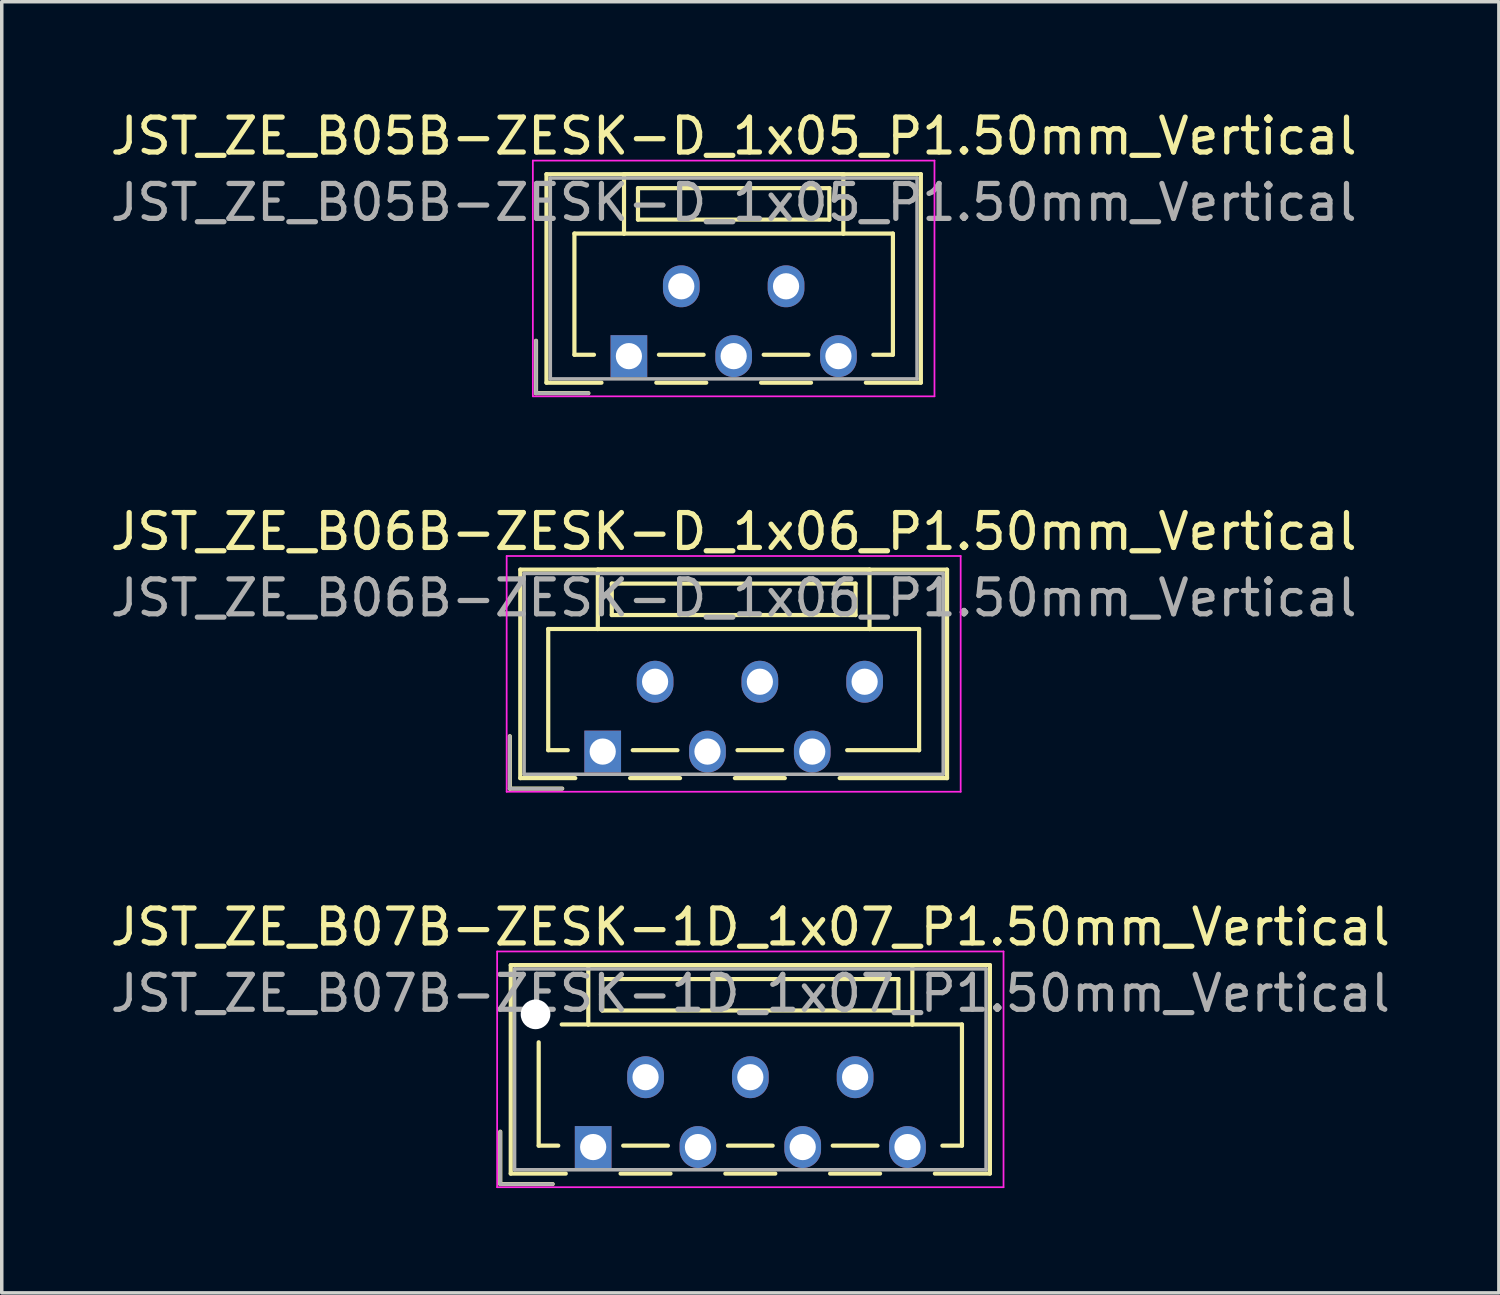
<source format=kicad_pcb>
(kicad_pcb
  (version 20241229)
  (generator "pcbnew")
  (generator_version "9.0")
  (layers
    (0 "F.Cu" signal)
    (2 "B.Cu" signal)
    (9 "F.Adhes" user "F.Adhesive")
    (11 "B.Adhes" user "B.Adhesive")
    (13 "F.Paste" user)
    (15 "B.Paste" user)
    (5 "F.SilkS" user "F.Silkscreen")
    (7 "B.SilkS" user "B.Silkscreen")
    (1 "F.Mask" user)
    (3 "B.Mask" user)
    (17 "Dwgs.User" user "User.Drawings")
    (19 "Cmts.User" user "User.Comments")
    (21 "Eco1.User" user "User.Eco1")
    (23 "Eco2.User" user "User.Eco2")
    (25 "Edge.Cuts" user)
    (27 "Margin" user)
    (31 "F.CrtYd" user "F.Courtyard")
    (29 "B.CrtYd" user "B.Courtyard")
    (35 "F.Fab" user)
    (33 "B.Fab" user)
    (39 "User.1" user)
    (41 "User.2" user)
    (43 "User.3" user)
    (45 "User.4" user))
  (footprint "JST_ZE_B05B-ZESK-D_1x05_P1.50mm_Vertical"
    (layer "F.Cu")
    (at 14.958 7.148)
    (property "Reference" "JST_ZE_B05B-ZESK-D_1x05_P1.50mm_Vertical" (at 3 -6.3 0) (layer "F.SilkS") (effects (font (size 1 1) (thickness 0.15))))
    (attr through_hole)
    (fp_line (start -2.66 -0.44) (end -2.66 1.06) (stroke (width 0.12) (type solid)) (layer "F.SilkS"))
    (fp_line (start -2.66 1.06) (end -1.16 1.06) (stroke (width 0.12) (type solid)) (layer "F.SilkS"))
    (fp_line (start -2.36 -5.21) (end 8.36 -5.21) (stroke (width 0.12) (type solid)) (layer "F.SilkS"))
    (fp_line (start -2.36 0.76) (end -2.36 -5.21) (stroke (width 0.12) (type solid)) (layer "F.SilkS"))
    (fp_line (start -1.56 -3.51) (end -1.56 -0.04) (stroke (width 0.12) (type solid)) (layer "F.SilkS"))
    (fp_line (start -1.56 -0.04) (end -1 -0.04) (stroke (width 0.12) (type solid)) (layer "F.SilkS"))
    (fp_line (start -0.785 0.76) (end -2.36 0.76) (stroke (width 0.12) (type solid)) (layer "F.SilkS"))
    (fp_line (start -0.14 -5.21) (end -0.14 -3.51) (stroke (width 0.12) (type solid)) (layer "F.SilkS"))
    (fp_line (start -0.14 -3.51) (end -1.56 -3.51) (stroke (width 0.12) (type solid)) (layer "F.SilkS"))
    (fp_line (start -0.14 -3.51) (end 6.14 -3.51) (stroke (width 0.12) (type solid)) (layer "F.SilkS"))
    (fp_line (start 0.26 -4.81) (end 0.26 -3.91) (stroke (width 0.12) (type solid)) (layer "F.SilkS"))
    (fp_line (start 0.26 -3.91) (end 5.74 -3.91) (stroke (width 0.12) (type solid)) (layer "F.SilkS"))
    (fp_line (start 0.785 0.76) (end 2.215 0.76) (stroke (width 0.12) (type solid)) (layer "F.SilkS"))
    (fp_line (start 0.86 -0.04) (end 2.14 -0.04) (stroke (width 0.12) (type solid)) (layer "F.SilkS"))
    (fp_line (start 3.785 0.76) (end 5.215 0.76) (stroke (width 0.12) (type solid)) (layer "F.SilkS"))
    (fp_line (start 3.86 -0.04) (end 5.14 -0.04) (stroke (width 0.12) (type solid)) (layer "F.SilkS"))
    (fp_line (start 5.74 -4.81) (end 0.26 -4.81) (stroke (width 0.12) (type solid)) (layer "F.SilkS"))
    (fp_line (start 5.74 -3.91) (end 5.74 -4.81) (stroke (width 0.12) (type solid)) (layer "F.SilkS"))
    (fp_line (start 6.14 -5.21) (end -0.14 -5.21) (stroke (width 0.12) (type solid)) (layer "F.SilkS"))
    (fp_line (start 6.14 -3.51) (end 6.14 -5.21) (stroke (width 0.12) (type solid)) (layer "F.SilkS"))
    (fp_line (start 6.14 -3.51) (end 7.56 -3.51) (stroke (width 0.12) (type solid)) (layer "F.SilkS"))
    (fp_line (start 7.56 -3.51) (end 7.56 -0.04) (stroke (width 0.12) (type solid)) (layer "F.SilkS"))
    (fp_line (start 7.56 -0.04) (end 7 -0.04) (stroke (width 0.12) (type solid)) (layer "F.SilkS"))
    (fp_line (start 8.36 -5.21) (end 8.36 0.76) (stroke (width 0.12) (type solid)) (layer "F.SilkS"))
    (fp_line (start 8.36 0.76) (end 6.785 0.76) (stroke (width 0.12) (type solid)) (layer "F.SilkS"))
    (fp_line (start -2.75 -5.6) (end -2.75 1.15) (stroke (width 0.05) (type solid)) (layer "F.CrtYd"))
    (fp_line (start -2.75 1.15) (end 8.75 1.15) (stroke (width 0.05) (type solid)) (layer "F.CrtYd"))
    (fp_line (start 8.75 -5.6) (end -2.75 -5.6) (stroke (width 0.05) (type solid)) (layer "F.CrtYd"))
    (fp_line (start 8.75 1.15) (end 8.75 -5.6) (stroke (width 0.05) (type solid)) (layer "F.CrtYd"))
    (fp_line (start -2.66 -0.44) (end -2.66 1.06) (stroke (width 0.1) (type solid)) (layer "F.Fab"))
    (fp_line (start -2.66 1.06) (end -1.16 1.06) (stroke (width 0.1) (type solid)) (layer "F.Fab"))
    (fp_line (start -2.25 -5.1) (end -2.25 0.65) (stroke (width 0.1) (type solid)) (layer "F.Fab"))
    (fp_line (start -2.25 0.65) (end 8.25 0.65) (stroke (width 0.1) (type solid)) (layer "F.Fab"))
    (fp_line (start 8.25 -5.1) (end -2.25 -5.1) (stroke (width 0.1) (type solid)) (layer "F.Fab"))
    (fp_line (start 8.25 0.65) (end 8.25 -5.1) (stroke (width 0.1) (type solid)) (layer "F.Fab"))
    (fp_text user "${REFERENCE}" (at 3 -4.4 0) (layer "F.Fab") (effects (font (size 1 1) (thickness 0.15))))
    (pad "1" thru_hole rect (at 0 0) (size 1.05 1.2) (drill 0.75) (layers "*.Cu" "*.Mask"))
    (pad "2" thru_hole oval (at 1.5 -2) (size 1.05 1.2) (drill 0.75) (layers "*.Cu" "*.Mask"))
    (pad "3" thru_hole oval (at 3 0) (size 1.05 1.2) (drill 0.75) (layers "*.Cu" "*.Mask"))
    (pad "4" thru_hole oval (at 4.5 -2) (size 1.05 1.2) (drill 0.75) (layers "*.Cu" "*.Mask"))
    (pad "5" thru_hole oval (at 6 0) (size 1.05 1.2) (drill 0.75) (layers "*.Cu" "*.Mask")))
  (footprint "JST_ZE_B07B-ZESK-1D_1x07_P1.50mm_Vertical"
    (layer "F.Cu")
    (at 13.935 29.795)
    (property "Reference" "JST_ZE_B07B-ZESK-1D_1x07_P1.50mm_Vertical" (at 4.5 -6.3 0) (layer "F.SilkS") (effects (font (size 1 1) (thickness 0.15))))
    (attr through_hole)
    (fp_line (start -2.66 -0.44) (end -2.66 1.06) (stroke (width 0.12) (type solid)) (layer "F.SilkS"))
    (fp_line (start -2.66 1.06) (end -1.16 1.06) (stroke (width 0.12) (type solid)) (layer "F.SilkS"))
    (fp_line (start -2.36 -5.21) (end 11.36 -5.21) (stroke (width 0.12) (type solid)) (layer "F.SilkS"))
    (fp_line (start -2.36 0.76) (end -2.36 -5.21) (stroke (width 0.12) (type solid)) (layer "F.SilkS"))
    (fp_line (start -1.56 -3) (end -1.56 -0.04) (stroke (width 0.12) (type solid)) (layer "F.SilkS"))
    (fp_line (start -1.56 -0.04) (end -1 -0.04) (stroke (width 0.12) (type solid)) (layer "F.SilkS"))
    (fp_line (start -0.785 0.76) (end -2.36 0.76) (stroke (width 0.12) (type solid)) (layer "F.SilkS"))
    (fp_line (start -0.14 -5.21) (end -0.14 -3.51) (stroke (width 0.12) (type solid)) (layer "F.SilkS"))
    (fp_line (start -0.14 -3.51) (end -0.9 -3.51) (stroke (width 0.12) (type solid)) (layer "F.SilkS"))
    (fp_line (start -0.14 -3.51) (end 9.14 -3.51) (stroke (width 0.12) (type solid)) (layer "F.SilkS"))
    (fp_line (start 0.26 -4.81) (end 0.26 -3.91) (stroke (width 0.12) (type solid)) (layer "F.SilkS"))
    (fp_line (start 0.26 -3.91) (end 8.74 -3.91) (stroke (width 0.12) (type solid)) (layer "F.SilkS"))
    (fp_line (start 0.785 0.76) (end 2.215 0.76) (stroke (width 0.12) (type solid)) (layer "F.SilkS"))
    (fp_line (start 0.86 -0.04) (end 2.14 -0.04) (stroke (width 0.12) (type solid)) (layer "F.SilkS"))
    (fp_line (start 3.785 0.76) (end 5.215 0.76) (stroke (width 0.12) (type solid)) (layer "F.SilkS"))
    (fp_line (start 3.86 -0.04) (end 5.14 -0.04) (stroke (width 0.12) (type solid)) (layer "F.SilkS"))
    (fp_line (start 6.785 0.76) (end 8.215 0.76) (stroke (width 0.12) (type solid)) (layer "F.SilkS"))
    (fp_line (start 6.86 -0.04) (end 8.14 -0.04) (stroke (width 0.12) (type solid)) (layer "F.SilkS"))
    (fp_line (start 8.74 -4.81) (end 0.26 -4.81) (stroke (width 0.12) (type solid)) (layer "F.SilkS"))
    (fp_line (start 8.74 -3.91) (end 8.74 -4.81) (stroke (width 0.12) (type solid)) (layer "F.SilkS"))
    (fp_line (start 9.14 -5.21) (end -0.14 -5.21) (stroke (width 0.12) (type solid)) (layer "F.SilkS"))
    (fp_line (start 9.14 -3.51) (end 9.14 -5.21) (stroke (width 0.12) (type solid)) (layer "F.SilkS"))
    (fp_line (start 9.14 -3.51) (end 10.56 -3.51) (stroke (width 0.12) (type solid)) (layer "F.SilkS"))
    (fp_line (start 10.56 -3.51) (end 10.56 -0.04) (stroke (width 0.12) (type solid)) (layer "F.SilkS"))
    (fp_line (start 10.56 -0.04) (end 10 -0.04) (stroke (width 0.12) (type solid)) (layer "F.SilkS"))
    (fp_line (start 11.36 -5.21) (end 11.36 0.76) (stroke (width 0.12) (type solid)) (layer "F.SilkS"))
    (fp_line (start 11.36 0.76) (end 9.785 0.76) (stroke (width 0.12) (type solid)) (layer "F.SilkS"))
    (fp_line (start -2.75 -5.6) (end -2.75 1.15) (stroke (width 0.05) (type solid)) (layer "F.CrtYd"))
    (fp_line (start -2.75 1.15) (end 11.75 1.15) (stroke (width 0.05) (type solid)) (layer "F.CrtYd"))
    (fp_line (start 11.75 -5.6) (end -2.75 -5.6) (stroke (width 0.05) (type solid)) (layer "F.CrtYd"))
    (fp_line (start 11.75 1.15) (end 11.75 -5.6) (stroke (width 0.05) (type solid)) (layer "F.CrtYd"))
    (fp_line (start -2.66 -0.44) (end -2.66 1.06) (stroke (width 0.1) (type solid)) (layer "F.Fab"))
    (fp_line (start -2.66 1.06) (end -1.16 1.06) (stroke (width 0.1) (type solid)) (layer "F.Fab"))
    (fp_line (start -2.25 -5.1) (end -2.25 0.65) (stroke (width 0.1) (type solid)) (layer "F.Fab"))
    (fp_line (start -2.25 0.65) (end 11.25 0.65) (stroke (width 0.1) (type solid)) (layer "F.Fab"))
    (fp_line (start 11.25 -5.1) (end -2.25 -5.1) (stroke (width 0.1) (type solid)) (layer "F.Fab"))
    (fp_line (start 11.25 0.65) (end 11.25 -5.1) (stroke (width 0.1) (type solid)) (layer "F.Fab"))
    (fp_text user "${REFERENCE}" (at 4.5 -4.4 0) (layer "F.Fab") (effects (font (size 1 1) (thickness 0.15))))
    (pad "" np_thru_hole circle (at -1.65 -3.8) (size 0.85 0.85) (drill 0.85) (layers "*.Cu" "*.Mask"))
    (pad "1" thru_hole rect (at 0 0) (size 1.05 1.2) (drill 0.75) (layers "*.Cu" "*.Mask"))
    (pad "2" thru_hole oval (at 1.5 -2) (size 1.05 1.2) (drill 0.75) (layers "*.Cu" "*.Mask"))
    (pad "3" thru_hole oval (at 3 0) (size 1.05 1.2) (drill 0.75) (layers "*.Cu" "*.Mask"))
    (pad "4" thru_hole oval (at 4.5 -2) (size 1.05 1.2) (drill 0.75) (layers "*.Cu" "*.Mask"))
    (pad "5" thru_hole oval (at 6 0) (size 1.05 1.2) (drill 0.75) (layers "*.Cu" "*.Mask"))
    (pad "6" thru_hole oval (at 7.5 -2) (size 1.05 1.2) (drill 0.75) (layers "*.Cu" "*.Mask"))
    (pad "7" thru_hole oval (at 9 0) (size 1.05 1.2) (drill 0.75) (layers "*.Cu" "*.Mask")))
  (footprint "JST_ZE_B06B-ZESK-D_1x06_P1.50mm_Vertical"
    (layer "F.Cu")
    (at 14.208 18.471)
    (property "Reference" "JST_ZE_B06B-ZESK-D_1x06_P1.50mm_Vertical" (at 3.75 -6.3 0) (layer "F.SilkS") (effects (font (size 1 1) (thickness 0.15))))
    (attr through_hole)
    (fp_line (start -2.66 -0.44) (end -2.66 1.06) (stroke (width 0.12) (type solid)) (layer "F.SilkS"))
    (fp_line (start -2.66 1.06) (end -1.16 1.06) (stroke (width 0.12) (type solid)) (layer "F.SilkS"))
    (fp_line (start -2.36 -5.21) (end 9.86 -5.21) (stroke (width 0.12) (type solid)) (layer "F.SilkS"))
    (fp_line (start -2.36 0.76) (end -2.36 -5.21) (stroke (width 0.12) (type solid)) (layer "F.SilkS"))
    (fp_line (start -1.56 -3.51) (end -1.56 -0.04) (stroke (width 0.12) (type solid)) (layer "F.SilkS"))
    (fp_line (start -1.56 -0.04) (end -1 -0.04) (stroke (width 0.12) (type solid)) (layer "F.SilkS"))
    (fp_line (start -0.785 0.76) (end -2.36 0.76) (stroke (width 0.12) (type solid)) (layer "F.SilkS"))
    (fp_line (start -0.14 -5.21) (end -0.14 -3.51) (stroke (width 0.12) (type solid)) (layer "F.SilkS"))
    (fp_line (start -0.14 -3.51) (end -1.56 -3.51) (stroke (width 0.12) (type solid)) (layer "F.SilkS"))
    (fp_line (start -0.14 -3.51) (end 7.64 -3.51) (stroke (width 0.12) (type solid)) (layer "F.SilkS"))
    (fp_line (start 0.26 -4.81) (end 0.26 -3.91) (stroke (width 0.12) (type solid)) (layer "F.SilkS"))
    (fp_line (start 0.26 -3.91) (end 7.24 -3.91) (stroke (width 0.12) (type solid)) (layer "F.SilkS"))
    (fp_line (start 0.785 0.76) (end 2.215 0.76) (stroke (width 0.12) (type solid)) (layer "F.SilkS"))
    (fp_line (start 0.86 -0.04) (end 2.14 -0.04) (stroke (width 0.12) (type solid)) (layer "F.SilkS"))
    (fp_line (start 3.785 0.76) (end 5.215 0.76) (stroke (width 0.12) (type solid)) (layer "F.SilkS"))
    (fp_line (start 3.86 -0.04) (end 5.14 -0.04) (stroke (width 0.12) (type solid)) (layer "F.SilkS"))
    (fp_line (start 7.24 -4.81) (end 0.26 -4.81) (stroke (width 0.12) (type solid)) (layer "F.SilkS"))
    (fp_line (start 7.24 -3.91) (end 7.24 -4.81) (stroke (width 0.12) (type solid)) (layer "F.SilkS"))
    (fp_line (start 7.64 -5.21) (end -0.14 -5.21) (stroke (width 0.12) (type solid)) (layer "F.SilkS"))
    (fp_line (start 7.64 -3.51) (end 7.64 -5.21) (stroke (width 0.12) (type solid)) (layer "F.SilkS"))
    (fp_line (start 7.64 -3.51) (end 9.06 -3.51) (stroke (width 0.12) (type solid)) (layer "F.SilkS"))
    (fp_line (start 9.06 -3.51) (end 9.06 -0.04) (stroke (width 0.12) (type solid)) (layer "F.SilkS"))
    (fp_line (start 9.06 -0.04) (end 7 -0.04) (stroke (width 0.12) (type solid)) (layer "F.SilkS"))
    (fp_line (start 9.86 -5.21) (end 9.86 0.76) (stroke (width 0.12) (type solid)) (layer "F.SilkS"))
    (fp_line (start 9.86 0.76) (end 6.785 0.76) (stroke (width 0.12) (type solid)) (layer "F.SilkS"))
    (fp_line (start -2.75 -5.6) (end -2.75 1.15) (stroke (width 0.05) (type solid)) (layer "F.CrtYd"))
    (fp_line (start -2.75 1.15) (end 10.25 1.15) (stroke (width 0.05) (type solid)) (layer "F.CrtYd"))
    (fp_line (start 10.25 -5.6) (end -2.75 -5.6) (stroke (width 0.05) (type solid)) (layer "F.CrtYd"))
    (fp_line (start 10.25 1.15) (end 10.25 -5.6) (stroke (width 0.05) (type solid)) (layer "F.CrtYd"))
    (fp_line (start -2.66 -0.44) (end -2.66 1.06) (stroke (width 0.1) (type solid)) (layer "F.Fab"))
    (fp_line (start -2.66 1.06) (end -1.16 1.06) (stroke (width 0.1) (type solid)) (layer "F.Fab"))
    (fp_line (start -2.25 -5.1) (end -2.25 0.65) (stroke (width 0.1) (type solid)) (layer "F.Fab"))
    (fp_line (start -2.25 0.65) (end 9.75 0.65) (stroke (width 0.1) (type solid)) (layer "F.Fab"))
    (fp_line (start 9.75 -5.1) (end -2.25 -5.1) (stroke (width 0.1) (type solid)) (layer "F.Fab"))
    (fp_line (start 9.75 0.65) (end 9.75 -5.1) (stroke (width 0.1) (type solid)) (layer "F.Fab"))
    (fp_text user "${REFERENCE}" (at 3.75 -4.4 0) (layer "F.Fab") (effects (font (size 1 1) (thickness 0.15))))
    (pad "1" thru_hole rect (at 0 0) (size 1.05 1.2) (drill 0.75) (layers "*.Cu" "*.Mask"))
    (pad "2" thru_hole oval (at 1.5 -2) (size 1.05 1.2) (drill 0.75) (layers "*.Cu" "*.Mask"))
    (pad "3" thru_hole oval (at 3 0) (size 1.05 1.2) (drill 0.75) (layers "*.Cu" "*.Mask"))
    (pad "4" thru_hole oval (at 4.5 -2) (size 1.05 1.2) (drill 0.75) (layers "*.Cu" "*.Mask"))
    (pad "5" thru_hole oval (at 6 0) (size 1.05 1.2) (drill 0.75) (layers "*.Cu" "*.Mask"))
    (pad "6" thru_hole oval (at 7.5 -2) (size 1.05 1.2) (drill 0.75) (layers "*.Cu" "*.Mask")))
  (gr_rect
    (start -3 -3)
    (end 39.869 33.97)
    (stroke (width 0.1) (type default))
    (fill no)
    (layer "Edge.Cuts")))
</source>
